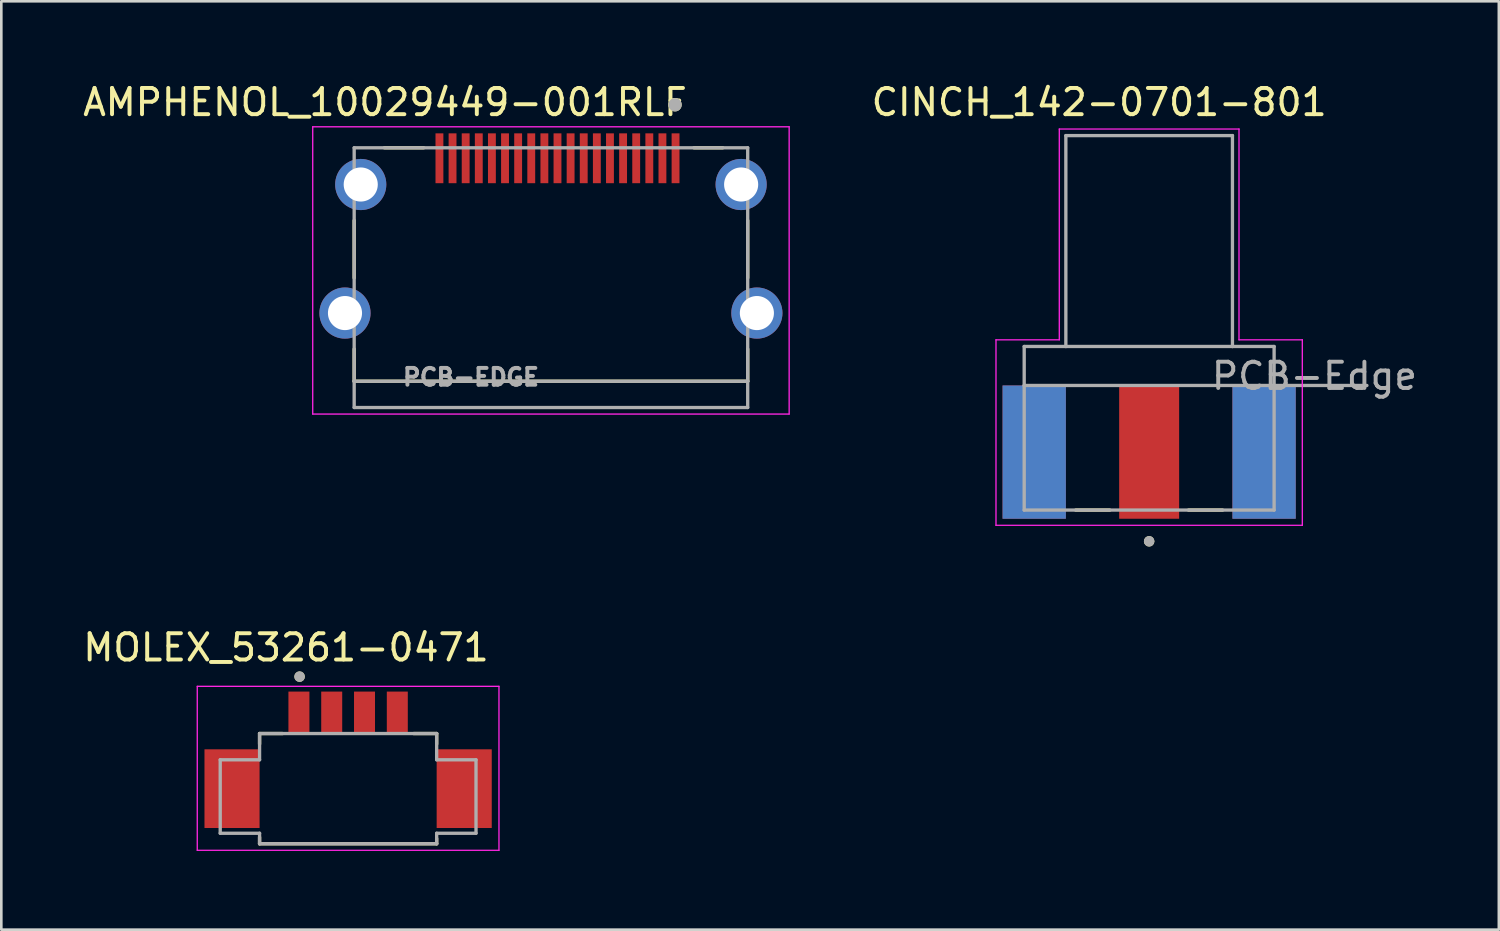
<source format=kicad_pcb>
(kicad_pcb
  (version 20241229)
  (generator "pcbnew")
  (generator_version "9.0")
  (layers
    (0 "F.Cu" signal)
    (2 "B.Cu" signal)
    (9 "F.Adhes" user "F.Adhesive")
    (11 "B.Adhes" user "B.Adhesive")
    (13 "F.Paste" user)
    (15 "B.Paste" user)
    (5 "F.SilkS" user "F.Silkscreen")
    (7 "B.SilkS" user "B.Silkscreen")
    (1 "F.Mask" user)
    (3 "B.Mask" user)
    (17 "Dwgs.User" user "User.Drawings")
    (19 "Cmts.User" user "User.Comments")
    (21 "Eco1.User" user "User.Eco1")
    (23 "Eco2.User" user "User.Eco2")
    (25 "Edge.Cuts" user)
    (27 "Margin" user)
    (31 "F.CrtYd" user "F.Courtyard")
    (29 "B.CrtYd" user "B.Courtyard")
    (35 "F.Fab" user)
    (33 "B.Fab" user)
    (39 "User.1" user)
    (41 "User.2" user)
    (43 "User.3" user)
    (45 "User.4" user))
  (footprint "AMPHENOL_10029449-001RLF"
    (layer "F.Cu")
    (at 17.95 3.983)
    (property "Reference" "AMPHENOL_10029449-001RLF" (at -6.325 -3.135 0) (layer "F.SilkS") (effects (font (size 1 1) (thickness 0.15))))
    (attr through_hole)
    (fp_line (start -7.5 3.56) (end -7.5 1.37) (stroke (width 0.127) (type solid)) (layer "F.SilkS"))
    (fp_line (start -7.5 7.5) (end -7.5 6.27) (stroke (width 0.127) (type solid)) (layer "F.SilkS"))
    (fp_line (start -6.35 -1.4) (end -4.85 -1.4) (stroke (width 0.127) (type solid)) (layer "F.SilkS"))
    (fp_line (start 5.45 -1.4) (end 6.55 -1.4) (stroke (width 0.127) (type solid)) (layer "F.SilkS"))
    (fp_line (start 7.5 1.37) (end 7.5 3.56) (stroke (width 0.127) (type solid)) (layer "F.SilkS"))
    (fp_line (start 7.5 6.27) (end 7.5 7.5) (stroke (width 0.127) (type solid)) (layer "F.SilkS"))
    (fp_line (start 7.5 7.5) (end -7.5 7.5) (stroke (width 0.127) (type solid)) (layer "F.SilkS"))
    (fp_circle (center 4.73 -3.04) (end 4.984 -3.04) (stroke (width 0) (type solid)) (fill yes) (layer "F.SilkS"))
    (fp_line (start -9.08 -2.2) (end 9.08 -2.2) (stroke (width 0.05) (type solid)) (layer "F.CrtYd"))
    (fp_line (start -9.08 8.75) (end -9.08 -2.2) (stroke (width 0.05) (type solid)) (layer "F.CrtYd"))
    (fp_line (start 9.08 -2.2) (end 9.08 8.75) (stroke (width 0.05) (type solid)) (layer "F.CrtYd"))
    (fp_line (start 9.08 8.75) (end -9.08 8.75) (stroke (width 0.05) (type solid)) (layer "F.CrtYd"))
    (fp_line (start -7.5 -1.4) (end 7.5 -1.4) (stroke (width 0.127) (type solid)) (layer "F.Fab"))
    (fp_line (start -7.5 7.5) (end -7.5 -1.4) (stroke (width 0.127) (type solid)) (layer "F.Fab"))
    (fp_line (start -7.5 8.5) (end -7.5 7.5) (stroke (width 0.127) (type solid)) (layer "F.Fab"))
    (fp_line (start 7.5 -1.4) (end 7.5 7.5) (stroke (width 0.127) (type solid)) (layer "F.Fab"))
    (fp_line (start 7.5 7.5) (end -7.5 7.5) (stroke (width 0.127) (type solid)) (layer "F.Fab"))
    (fp_line (start 7.5 7.5) (end 7.5 8.5) (stroke (width 0.127) (type solid)) (layer "F.Fab"))
    (fp_line (start 7.5 8.5) (end -7.5 8.5) (stroke (width 0.127) (type solid)) (layer "F.Fab"))
    (fp_circle (center 4.73 -3.04) (end 4.984 -3.04) (stroke (width 0) (type solid)) (fill yes) (layer "F.Fab"))
    (fp_text user "PCB-EDGE" (at -3.048 7.343 0) (layer "F.Fab") (effects (font (size 0.64 0.64) (thickness 0.15))))
    (pad "1" smd rect (at 4.75 -1) (size 0.3 1.9) (layers "F.Cu" "F.Mask" "F.Paste"))
    (pad "2" smd rect (at 4.25 -1) (size 0.3 1.9) (layers "F.Cu" "F.Mask" "F.Paste"))
    (pad "3" smd rect (at 3.75 -1) (size 0.3 1.9) (layers "F.Cu" "F.Mask" "F.Paste"))
    (pad "4" smd rect (at 3.25 -1) (size 0.3 1.9) (layers "F.Cu" "F.Mask" "F.Paste"))
    (pad "5" smd rect (at 2.75 -1) (size 0.3 1.9) (layers "F.Cu" "F.Mask" "F.Paste"))
    (pad "6" smd rect (at 2.25 -1) (size 0.3 1.9) (layers "F.Cu" "F.Mask" "F.Paste"))
    (pad "7" smd rect (at 1.75 -1) (size 0.3 1.9) (layers "F.Cu" "F.Mask" "F.Paste"))
    (pad "8" smd rect (at 1.25 -1) (size 0.3 1.9) (layers "F.Cu" "F.Mask" "F.Paste"))
    (pad "9" smd rect (at 0.75 -1) (size 0.3 1.9) (layers "F.Cu" "F.Mask" "F.Paste"))
    (pad "10" smd rect (at 0.25 -1) (size 0.3 1.9) (layers "F.Cu" "F.Mask" "F.Paste"))
    (pad "11" smd rect (at -0.25 -1) (size 0.3 1.9) (layers "F.Cu" "F.Mask" "F.Paste"))
    (pad "12" smd rect (at -0.75 -1) (size 0.3 1.9) (layers "F.Cu" "F.Mask" "F.Paste"))
    (pad "13" smd rect (at -1.25 -1) (size 0.3 1.9) (layers "F.Cu" "F.Mask" "F.Paste"))
    (pad "14" smd rect (at -1.75 -1) (size 0.3 1.9) (layers "F.Cu" "F.Mask" "F.Paste"))
    (pad "15" smd rect (at -2.25 -1) (size 0.3 1.9) (layers "F.Cu" "F.Mask" "F.Paste"))
    (pad "16" smd rect (at -2.75 -1) (size 0.3 1.9) (layers "F.Cu" "F.Mask" "F.Paste"))
    (pad "17" smd rect (at -3.25 -1) (size 0.3 1.9) (layers "F.Cu" "F.Mask" "F.Paste"))
    (pad "18" smd rect (at -3.75 -1) (size 0.3 1.9) (layers "F.Cu" "F.Mask" "F.Paste"))
    (pad "19" smd rect (at -4.25 -1) (size 0.3 1.9) (layers "F.Cu" "F.Mask" "F.Paste"))
    (pad "S1" thru_hole circle (at 7.25 0) (size 1.95 1.95) (drill 1.3) (layers "*.Cu" "*.Mask"))
    (pad "S2" thru_hole circle (at -7.25 0) (size 1.95 1.95) (drill 1.3) (layers "*.Cu" "*.Mask"))
    (pad "S3" thru_hole circle (at -7.85 4.9) (size 1.95 1.95) (drill 1.3) (layers "*.Cu" "*.Mask"))
    (pad "S4" thru_hole circle (at 7.85 4.9) (size 1.95 1.95) (drill 1.3) (layers "*.Cu" "*.Mask")))
  (footprint "CINCH_142-0701-801"
    (layer "F.Cu")
    (at 40.752 14.183)
    (property "Reference" "CINCH_142-0701-801" (at -1.905 -13.335 0) (layer "F.SilkS") (effects (font (size 1 1) (thickness 0.15))))
    (attr through_hole)
    (fp_line (start -2.8 2.21) (end -1.5 2.21) (stroke (width 0.127) (type solid)) (layer "F.SilkS"))
    (fp_line (start 1.5 2.21) (end 2.8 2.21) (stroke (width 0.127) (type solid)) (layer "F.SilkS"))
    (fp_circle (center 0 3.4) (end 0.1 3.4) (stroke (width 0.2) (type solid)) (fill no) (layer "F.SilkS"))
    (fp_line (start -5.838 -4.28) (end -3.425 -4.28) (stroke (width 0.05) (type solid)) (layer "F.CrtYd"))
    (fp_line (start -5.838 2.79) (end -5.838 -4.28) (stroke (width 0.05) (type solid)) (layer "F.CrtYd"))
    (fp_line (start -3.425 -12.315) (end 3.425 -12.315) (stroke (width 0.05) (type solid)) (layer "F.CrtYd"))
    (fp_line (start -3.425 -4.28) (end -3.425 -12.315) (stroke (width 0.05) (type solid)) (layer "F.CrtYd"))
    (fp_line (start 3.425 -12.315) (end 3.425 -4.28) (stroke (width 0.05) (type solid)) (layer "F.CrtYd"))
    (fp_line (start 3.425 -4.28) (end 5.838 -4.28) (stroke (width 0.05) (type solid)) (layer "F.CrtYd"))
    (fp_line (start 5.838 -4.28) (end 5.838 2.79) (stroke (width 0.05) (type solid)) (layer "F.CrtYd"))
    (fp_line (start 5.838 2.79) (end -5.838 2.79) (stroke (width 0.05) (type solid)) (layer "F.CrtYd"))
    (fp_line (start -4.763 -4.026) (end -4.763 -2.54) (stroke (width 0.127) (type solid)) (layer "F.Fab"))
    (fp_line (start -4.763 -4.026) (end -3.175 -4.026) (stroke (width 0.127) (type solid)) (layer "F.Fab"))
    (fp_line (start -4.763 -2.54) (end 4.763 -2.54) (stroke (width 0.127) (type solid)) (layer "F.Fab"))
    (fp_line (start -4.763 2.21) (end -4.763 -2.54) (stroke (width 0.127) (type solid)) (layer "F.Fab"))
    (fp_line (start -3.175 -12.065) (end 3.175 -12.065) (stroke (width 0.127) (type solid)) (layer "F.Fab"))
    (fp_line (start -3.175 -4.026) (end -3.175 -12.065) (stroke (width 0.127) (type solid)) (layer "F.Fab"))
    (fp_line (start -3.175 -4.026) (end 3.175 -4.026) (stroke (width 0.127) (type solid)) (layer "F.Fab"))
    (fp_line (start 3.175 -12.065) (end 3.175 -4.026) (stroke (width 0.127) (type solid)) (layer "F.Fab"))
    (fp_line (start 3.175 -4.026) (end 4.763 -4.026) (stroke (width 0.127) (type solid)) (layer "F.Fab"))
    (fp_line (start 4.763 -4.026) (end 4.763 -2.54) (stroke (width 0.127) (type solid)) (layer "F.Fab"))
    (fp_line (start 4.763 -2.54) (end 4.763 2.21) (stroke (width 0.127) (type solid)) (layer "F.Fab"))
    (fp_line (start 4.763 2.21) (end -4.763 2.21) (stroke (width 0.127) (type solid)) (layer "F.Fab"))
    (fp_line (start 4.8 -2.54) (end 8.3 -2.54) (stroke (width 0.127) (type solid)) (layer "F.Fab"))
    (fp_circle (center 0 3.4) (end 0.1 3.4) (stroke (width 0.2) (type solid)) (fill no) (layer "F.Fab"))
    (fp_text user "PCB-Edge" (at 6.3 -2.9 0) (layer "F.Fab") (effects (font (size 1 1) (thickness 0.15))))
    (pad "1" smd rect (at 0 0) (size 2.286 5.08) (layers "F.Cu" "F.Mask" "F.Paste"))
    (pad "S1" smd rect (at -4.381 0) (size 2.413 5.08) (layers "F.Cu" "F.Mask" "F.Paste"))
    (pad "S2" smd rect (at 4.381 0) (size 2.413 5.08) (layers "F.Cu" "F.Mask" "F.Paste"))
    (pad "S3" smd rect (at -4.381 0) (size 2.413 5.08) (layers "B.Cu" "B.Mask" "B.Paste"))
    (pad "S4" smd rect (at 4.381 0) (size 2.413 5.08) (layers "B.Cu" "B.Mask" "B.Paste")))
  (footprint "MOLEX_53261-0471"
    (layer "F.Cu")
    (at 10.219 24.111)
    (property "Reference" "MOLEX_53261-0471" (at -2.368 -2.479 0) (layer "F.SilkS") (effects (font (size 1.001 1.001) (thickness 0.15))))
    (attr through_hole)
    (fp_line (start -3.375 0.8) (end -3.375 1.2) (stroke (width 0.127) (type solid)) (layer "F.SilkS"))
    (fp_line (start -3.375 5) (end -3.375 4.75) (stroke (width 0.127) (type solid)) (layer "F.SilkS"))
    (fp_line (start -2.5 0.8) (end -3.375 0.8) (stroke (width 0.127) (type solid)) (layer "F.SilkS"))
    (fp_line (start 2.5 0.8) (end 3.375 0.8) (stroke (width 0.127) (type solid)) (layer "F.SilkS"))
    (fp_line (start 3.375 0.8) (end 3.375 1.2) (stroke (width 0.127) (type solid)) (layer "F.SilkS"))
    (fp_line (start 3.375 4.8) (end 3.375 5) (stroke (width 0.127) (type solid)) (layer "F.SilkS"))
    (fp_line (start 3.375 5) (end -3.375 5) (stroke (width 0.127) (type solid)) (layer "F.SilkS"))
    (fp_circle (center -1.85 -1.37) (end -1.75 -1.37) (stroke (width 0.2) (type solid)) (fill no) (layer "F.SilkS"))
    (fp_line (start -5.75 -1) (end 5.75 -1) (stroke (width 0.05) (type solid)) (layer "F.CrtYd"))
    (fp_line (start -5.75 5.25) (end -5.75 -1) (stroke (width 0.05) (type solid)) (layer "F.CrtYd"))
    (fp_line (start 5.75 -1) (end 5.75 5.25) (stroke (width 0.05) (type solid)) (layer "F.CrtYd"))
    (fp_line (start 5.75 5.25) (end -5.75 5.25) (stroke (width 0.05) (type solid)) (layer "F.CrtYd"))
    (fp_line (start -4.875 1.8) (end -3.375 1.8) (stroke (width 0.127) (type solid)) (layer "F.Fab"))
    (fp_line (start -4.875 4.6) (end -4.875 1.8) (stroke (width 0.127) (type solid)) (layer "F.Fab"))
    (fp_line (start -3.375 0.8) (end 3.375 0.8) (stroke (width 0.127) (type solid)) (layer "F.Fab"))
    (fp_line (start -3.375 1.8) (end -3.375 0.8) (stroke (width 0.127) (type solid)) (layer "F.Fab"))
    (fp_line (start -3.375 4.6) (end -4.875 4.6) (stroke (width 0.127) (type solid)) (layer "F.Fab"))
    (fp_line (start -3.375 5) (end -3.375 4.6) (stroke (width 0.127) (type solid)) (layer "F.Fab"))
    (fp_line (start 3.375 0.8) (end 3.375 1.8) (stroke (width 0.127) (type solid)) (layer "F.Fab"))
    (fp_line (start 3.375 1.8) (end 4.875 1.8) (stroke (width 0.127) (type solid)) (layer "F.Fab"))
    (fp_line (start 3.375 4.6) (end 3.375 5) (stroke (width 0.127) (type solid)) (layer "F.Fab"))
    (fp_line (start 3.375 5) (end -3.375 5) (stroke (width 0.127) (type solid)) (layer "F.Fab"))
    (fp_line (start 4.875 1.8) (end 4.875 4.6) (stroke (width 0.127) (type solid)) (layer "F.Fab"))
    (fp_line (start 4.875 4.6) (end 3.375 4.6) (stroke (width 0.127) (type solid)) (layer "F.Fab"))
    (fp_circle (center -1.85 -1.37) (end -1.75 -1.37) (stroke (width 0.2) (type solid)) (fill no) (layer "F.Fab"))
    (pad "1" smd rect (at -1.875 0) (size 0.8 1.6) (layers "F.Cu" "F.Mask" "F.Paste"))
    (pad "2" smd rect (at -0.625 0) (size 0.8 1.6) (layers "F.Cu" "F.Mask" "F.Paste"))
    (pad "3" smd rect (at 0.625 0) (size 0.8 1.6) (layers "F.Cu" "F.Mask" "F.Paste"))
    (pad "4" smd rect (at 1.875 0) (size 0.8 1.6) (layers "F.Cu" "F.Mask" "F.Paste"))
    (pad "SH1" smd rect (at -4.425 2.9) (size 2.1 3) (layers "F.Cu" "F.Mask" "F.Paste"))
    (pad "SH2" smd rect (at 4.425 2.9) (size 2.1 3) (layers "F.Cu" "F.Mask" "F.Paste")))
  (gr_rect
    (start -3 -3)
    (end 54.081 32.386)
    (stroke (width 0.1) (type default))
    (fill no)
    (layer "Edge.Cuts")))
</source>
